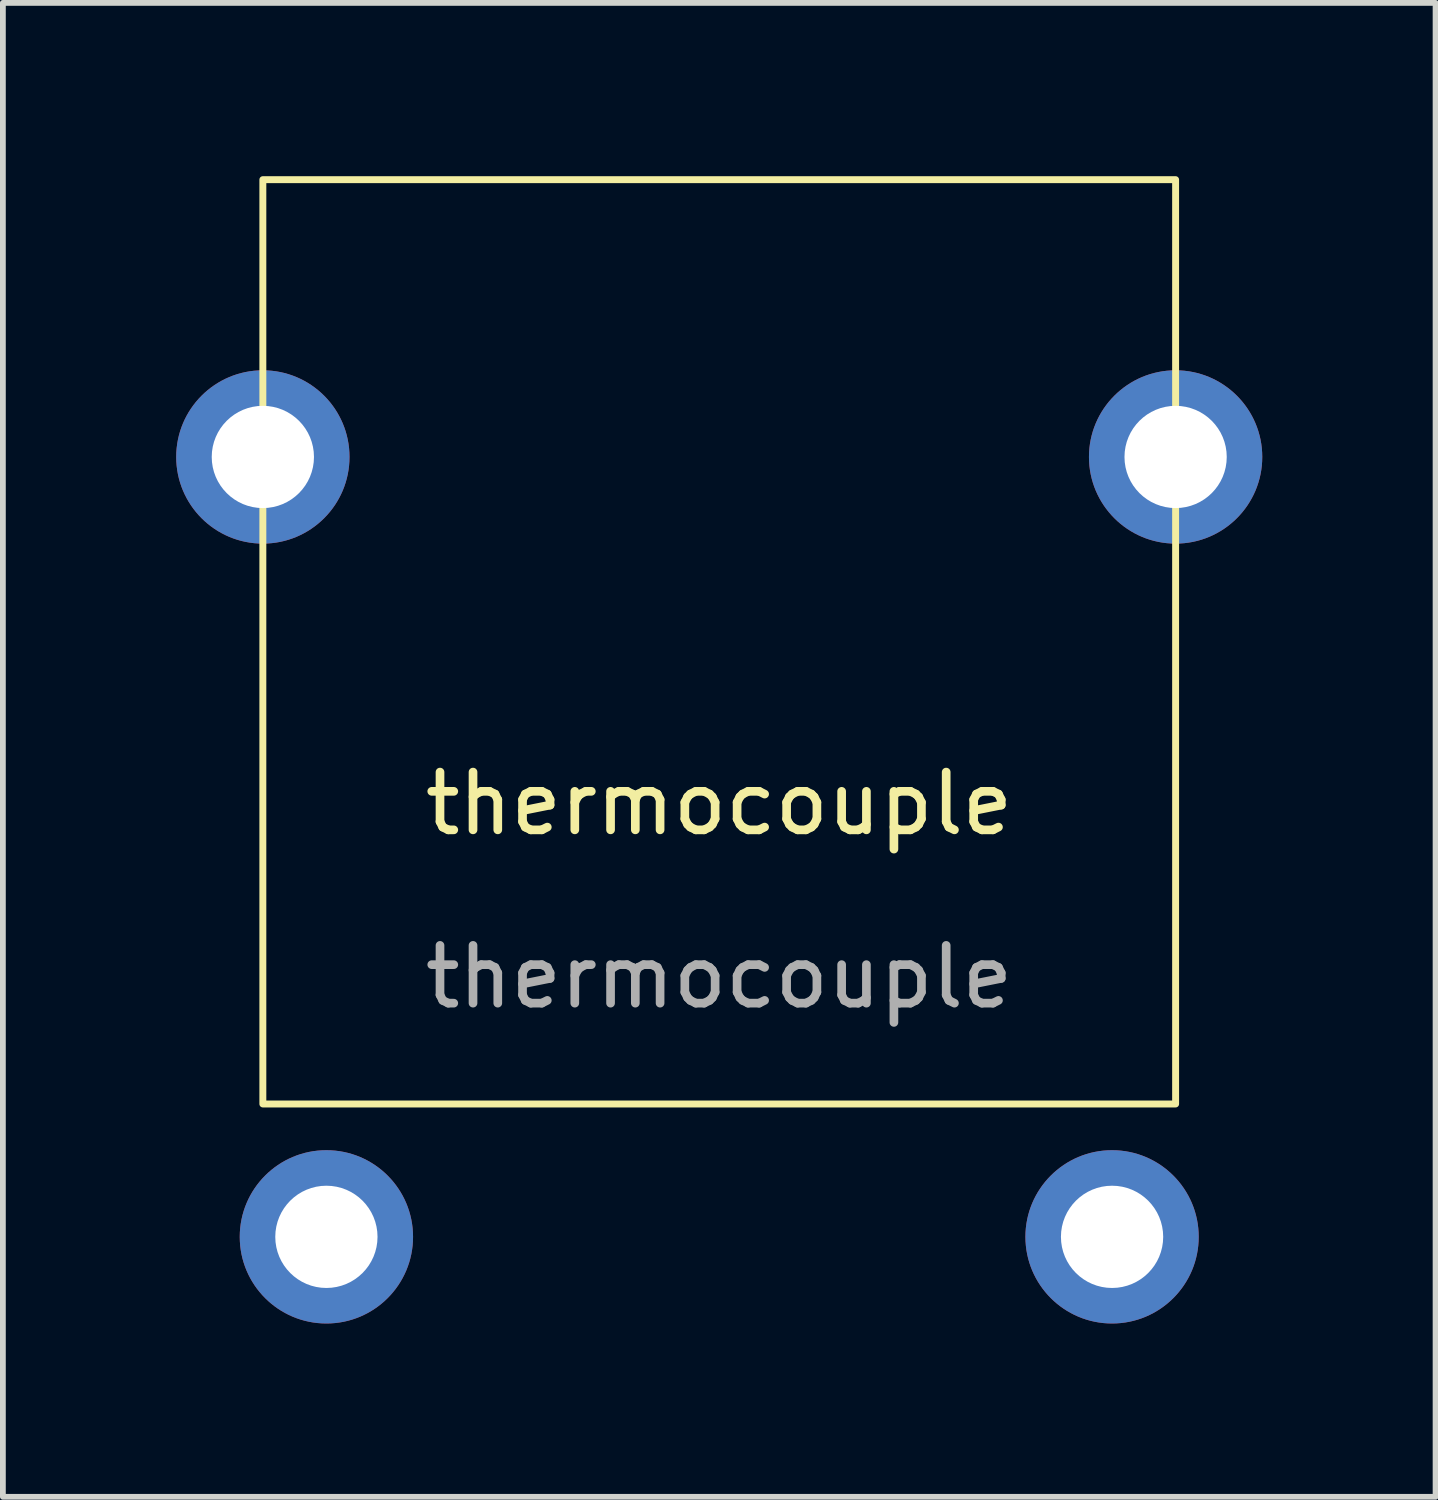
<source format=kicad_pcb>
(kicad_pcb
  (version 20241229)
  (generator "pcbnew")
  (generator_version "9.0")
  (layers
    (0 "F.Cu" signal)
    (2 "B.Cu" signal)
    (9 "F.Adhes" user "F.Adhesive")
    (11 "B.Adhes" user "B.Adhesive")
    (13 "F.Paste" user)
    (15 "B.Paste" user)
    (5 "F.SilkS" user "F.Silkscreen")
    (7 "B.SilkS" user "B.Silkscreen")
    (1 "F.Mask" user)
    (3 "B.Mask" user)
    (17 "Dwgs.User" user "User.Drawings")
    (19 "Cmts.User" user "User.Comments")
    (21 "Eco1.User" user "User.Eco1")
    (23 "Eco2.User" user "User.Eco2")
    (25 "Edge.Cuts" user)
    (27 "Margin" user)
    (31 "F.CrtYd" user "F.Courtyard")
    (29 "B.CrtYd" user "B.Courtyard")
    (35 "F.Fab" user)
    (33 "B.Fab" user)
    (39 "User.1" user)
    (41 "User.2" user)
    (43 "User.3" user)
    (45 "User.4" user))
  (footprint "thermocouple"
    (layer "F.Cu")
    (at 9.4 11.36)
    (property "Reference" "thermocouple" (at 0 -0.5 0) (unlocked yes) (layer "F.SilkS") (effects (font (size 1 1) (thickness 0.15))))
    (attr through_hole)
    (fp_rect (start -7.9 -11.3) (end 7.9 4.7) (stroke (width 0.12) (type solid)) (fill no) (layer "F.SilkS"))
    (fp_text user "${REFERENCE}" (at 0 2.5 0) (unlocked yes) (layer "F.Fab") (effects (font (size 1 1) (thickness 0.15))))
    (pad "1" thru_hole circle (at -6.8 7) (size 3 3) (drill 1.77) (layers "*.Cu" "*.Mask"))
    (pad "2" thru_hole circle (at 6.8 7) (size 3 3) (drill 1.77) (layers "*.Cu" "*.Mask"))
    (pad "3" thru_hole circle (at -7.9 -6.5) (size 3 3) (drill 1.77) (layers "*.Cu" "*.Mask"))
    (pad "4" thru_hole circle (at 7.9 -6.5) (size 3 3) (drill 1.77) (layers "*.Cu" "*.Mask")))
  (gr_rect
    (start -3 -3)
    (end 21.8 22.86)
    (stroke (width 0.1) (type default))
    (fill no)
    (layer "Edge.Cuts")))
</source>
